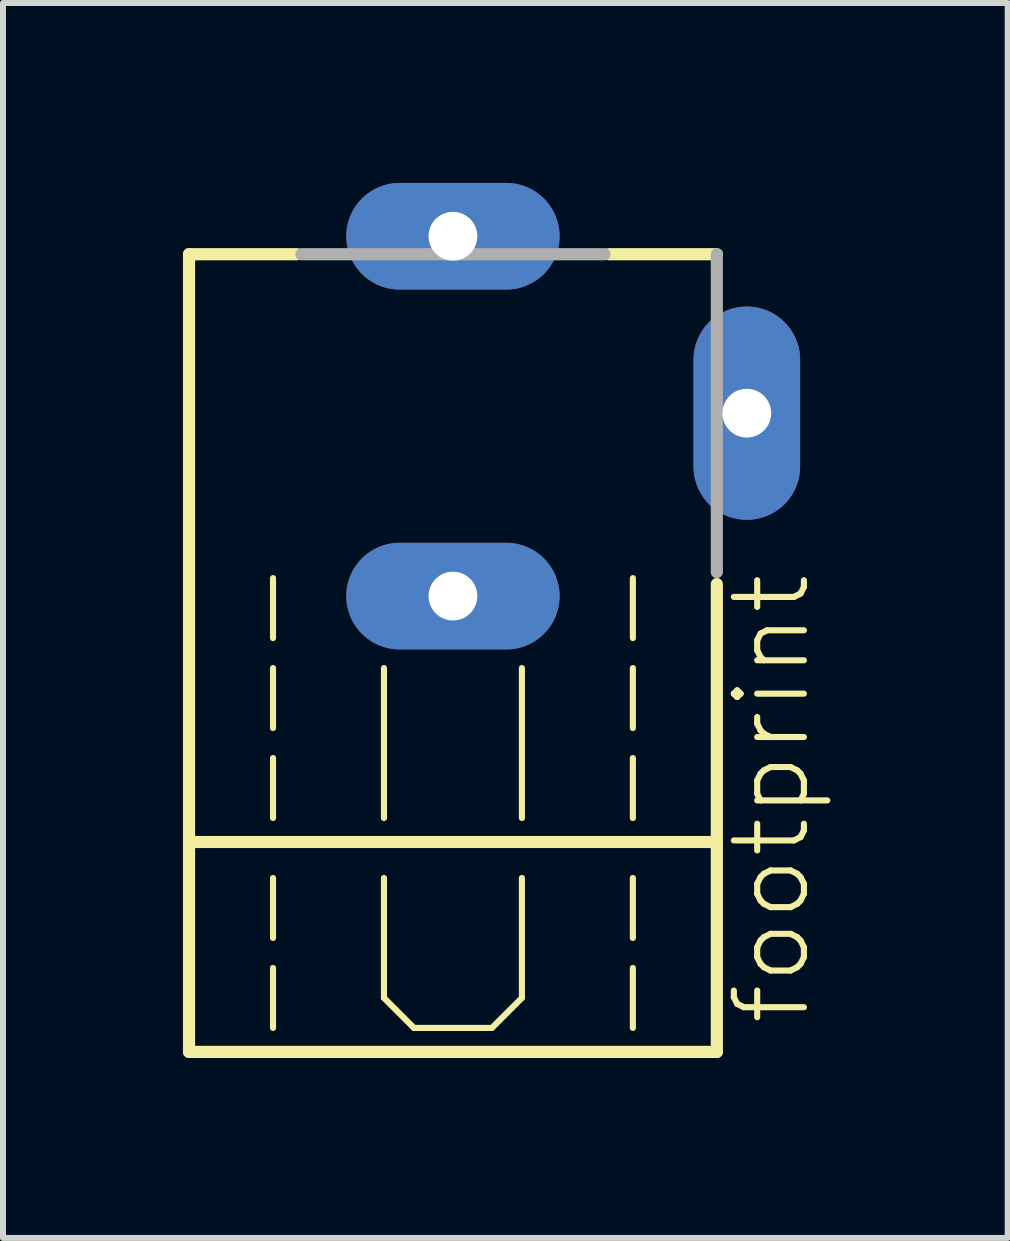
<source format=kicad_pcb>
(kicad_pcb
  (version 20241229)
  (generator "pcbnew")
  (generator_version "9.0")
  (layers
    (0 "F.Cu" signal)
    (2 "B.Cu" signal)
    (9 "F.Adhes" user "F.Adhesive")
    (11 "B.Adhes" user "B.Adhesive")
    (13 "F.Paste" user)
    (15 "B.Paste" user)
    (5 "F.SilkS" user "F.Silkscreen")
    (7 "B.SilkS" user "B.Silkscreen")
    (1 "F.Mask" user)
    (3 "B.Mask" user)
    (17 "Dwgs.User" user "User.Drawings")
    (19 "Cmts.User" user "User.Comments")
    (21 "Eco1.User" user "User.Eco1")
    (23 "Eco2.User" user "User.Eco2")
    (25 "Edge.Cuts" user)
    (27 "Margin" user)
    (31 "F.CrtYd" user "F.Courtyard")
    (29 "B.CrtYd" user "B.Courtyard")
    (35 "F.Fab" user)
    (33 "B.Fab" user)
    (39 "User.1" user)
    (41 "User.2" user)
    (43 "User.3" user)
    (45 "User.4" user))
  (footprint "footprint"
    (layer "F.Cu")
    (at 4.502 8.239)
    (property "Reference" "footprint" (at 6 5.85 90) (layer "F.SilkS") (effects (font (size 1.168 1.168) (thickness 0.102)) (justify left bottom)))
    (fp_line (start -4.4 -7.05) (end -4.4 2.75) (stroke (width 0.203) (type solid)) (layer "F.SilkS"))
    (fp_line (start -4.4 2.75) (end -4.4 6.25) (stroke (width 0.203) (type solid)) (layer "F.SilkS"))
    (fp_line (start -4.4 2.75) (end 4.4 2.75) (stroke (width 0.203) (type solid)) (layer "F.SilkS"))
    (fp_line (start -4.4 6.25) (end 4.4 6.25) (stroke (width 0.203) (type solid)) (layer "F.SilkS"))
    (fp_line (start -3 -0.65) (end -3 -1.65) (stroke (width 0.102) (type solid)) (layer "F.SilkS"))
    (fp_line (start -3 0.85) (end -3 -0.15) (stroke (width 0.102) (type solid)) (layer "F.SilkS"))
    (fp_line (start -3 2.35) (end -3 1.35) (stroke (width 0.102) (type solid)) (layer "F.SilkS"))
    (fp_line (start -3 4.35) (end -3 3.35) (stroke (width 0.102) (type solid)) (layer "F.SilkS"))
    (fp_line (start -3 5.85) (end -3 4.85) (stroke (width 0.102) (type solid)) (layer "F.SilkS"))
    (fp_line (start -2.6 -7.05) (end -4.4 -7.05) (stroke (width 0.203) (type solid)) (layer "F.SilkS"))
    (fp_line (start -1.15 2.35) (end -1.15 -0.15) (stroke (width 0.102) (type solid)) (layer "F.SilkS"))
    (fp_line (start -1.15 5.35) (end -1.15 3.35) (stroke (width 0.102) (type solid)) (layer "F.SilkS"))
    (fp_line (start -1.15 5.35) (end -0.65 5.85) (stroke (width 0.102) (type solid)) (layer "F.SilkS"))
    (fp_line (start -0.65 5.85) (end 0.65 5.85) (stroke (width 0.102) (type solid)) (layer "F.SilkS"))
    (fp_line (start 0.65 5.85) (end 1.15 5.35) (stroke (width 0.102) (type solid)) (layer "F.SilkS"))
    (fp_line (start 1.15 2.35) (end 1.15 -0.15) (stroke (width 0.102) (type solid)) (layer "F.SilkS"))
    (fp_line (start 1.15 5.35) (end 1.15 3.35) (stroke (width 0.102) (type solid)) (layer "F.SilkS"))
    (fp_line (start 3 -0.65) (end 3 -1.65) (stroke (width 0.102) (type solid)) (layer "F.SilkS"))
    (fp_line (start 3 0.85) (end 3 -0.15) (stroke (width 0.102) (type solid)) (layer "F.SilkS"))
    (fp_line (start 3 2.35) (end 3 1.35) (stroke (width 0.102) (type solid)) (layer "F.SilkS"))
    (fp_line (start 3 4.35) (end 3 3.35) (stroke (width 0.102) (type solid)) (layer "F.SilkS"))
    (fp_line (start 3 5.85) (end 3 4.85) (stroke (width 0.102) (type solid)) (layer "F.SilkS"))
    (fp_line (start 4.4 -7.05) (end 2.6 -7.05) (stroke (width 0.203) (type solid)) (layer "F.SilkS"))
    (fp_line (start 4.4 6.25) (end 4.4 -1.55) (stroke (width 0.203) (type solid)) (layer "F.SilkS"))
    (fp_line (start 2.527 -7.05) (end -2.527 -7.05) (stroke (width 0.203) (type solid)) (layer "F.Fab"))
    (fp_line (start 4.4 -1.75) (end 4.4 -7.05) (stroke (width 0.203) (type solid)) (layer "F.Fab"))
    (pad "1" thru_hole oval (at 0 -7.35) (size 3.556 1.778) (drill 0.813) (layers "*.Cu" "*.Mask"))
    (pad "2" thru_hole oval (at 4.9 -4.4 90) (size 3.556 1.778) (drill 0.813) (layers "*.Cu" "*.Mask"))
    (pad "3" thru_hole oval (at 0 -1.35) (size 3.556 1.778) (drill 0.813) (layers "*.Cu" "*.Mask")))
  (gr_rect
    (start -3 -3)
    (end 13.752 17.591)
    (stroke (width 0.1) (type default))
    (fill no)
    (layer "Edge.Cuts")))
</source>
